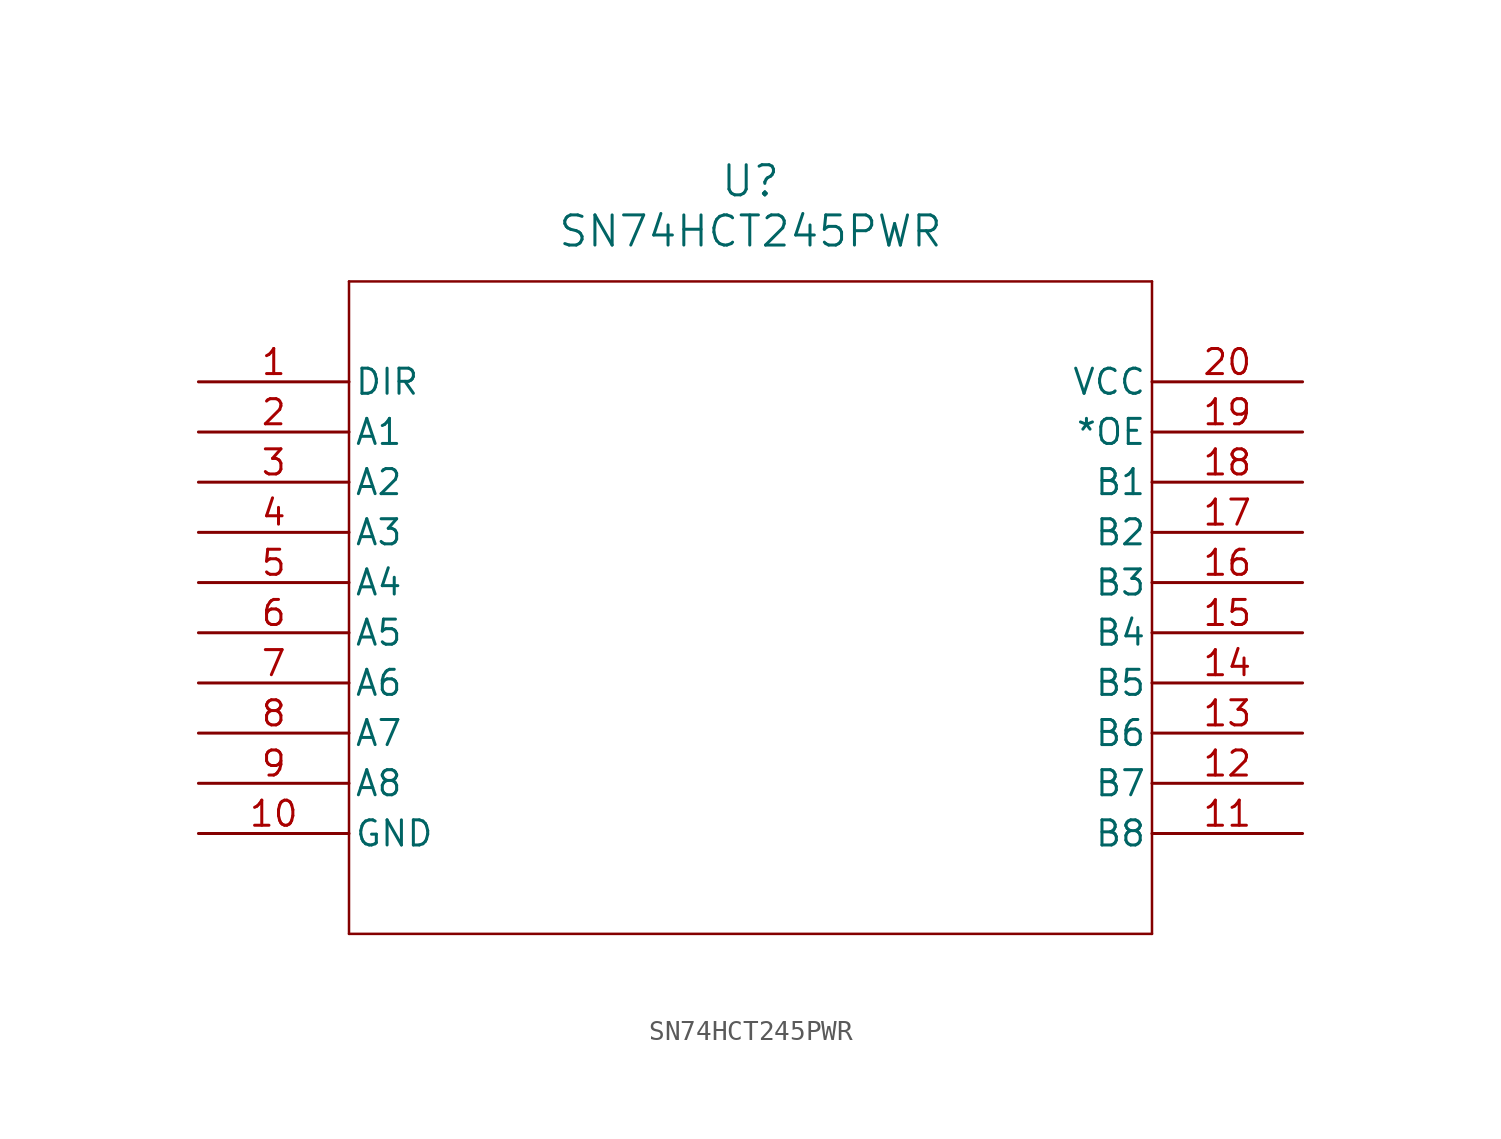
<source format=kicad_sym>
(kicad_symbol_lib
  (version 20211014)
  (generator kicad_symbol_editor)
  (symbol "SN74HCT245PWR"
    (pin_names
      (offset 0.254))
    (property "Reference" "U"
      (at 27.94 10.16 0)
      (effects (font (size 1.524 1.524))))
    (property "Value" "SN74HCT245PWR"
      (at 27.94 7.62 0)
      (effects (font (size 1.524 1.524))))
    (symbol "SN74HCT245PWR_0_1"
      (polyline (pts (xy 7.62 5.08) (xy 7.62 -27.94)) (stroke (width 0.127) (type default) (color 0 0 0 0)) (fill (type none)))
      (polyline (pts (xy 7.62 -27.94) (xy 48.26 -27.94)) (stroke (width 0.127) (type default) (color 0 0 0 0)) (fill (type none)))
      (polyline (pts (xy 48.26 -27.94) (xy 48.26 5.08)) (stroke (width 0.127) (type default) (color 0 0 0 0)) (fill (type none)))
      (polyline (pts (xy 48.26 5.08) (xy 7.62 5.08)) (stroke (width 0.127) (type default) (color 0 0 0 0)) (fill (type none)))
      (pin input line (at 0 0 0) (length 7.62) (name "DIR" (effects (font (size 1.27 1.27)))) (number "1" (effects (font (size 1.27 1.27)))))
      (pin bidirectional line (at 0 -2.54 0) (length 7.62) (name "A1" (effects (font (size 1.27 1.27)))) (number "2" (effects (font (size 1.27 1.27)))))
      (pin bidirectional line (at 0 -5.08 0) (length 7.62) (name "A2" (effects (font (size 1.27 1.27)))) (number "3" (effects (font (size 1.27 1.27)))))
      (pin bidirectional line (at 0 -7.62 0) (length 7.62) (name "A3" (effects (font (size 1.27 1.27)))) (number "4" (effects (font (size 1.27 1.27)))))
      (pin bidirectional line (at 0 -10.16 0) (length 7.62) (name "A4" (effects (font (size 1.27 1.27)))) (number "5" (effects (font (size 1.27 1.27)))))
      (pin bidirectional line (at 0 -12.7 0) (length 7.62) (name "A5" (effects (font (size 1.27 1.27)))) (number "6" (effects (font (size 1.27 1.27)))))
      (pin bidirectional line (at 0 -15.24 0) (length 7.62) (name "A6" (effects (font (size 1.27 1.27)))) (number "7" (effects (font (size 1.27 1.27)))))
      (pin bidirectional line (at 0 -17.78 0) (length 7.62) (name "A7" (effects (font (size 1.27 1.27)))) (number "8" (effects (font (size 1.27 1.27)))))
      (pin bidirectional line (at 0 -20.32 0) (length 7.62) (name "A8" (effects (font (size 1.27 1.27)))) (number "9" (effects (font (size 1.27 1.27)))))
      (pin power_in line (at 0 -22.86 0) (length 7.62) (name "GND" (effects (font (size 1.27 1.27)))) (number "10" (effects (font (size 1.27 1.27)))))
      (pin bidirectional line (at 55.88 -22.86 180) (length 7.62) (name "B8" (effects (font (size 1.27 1.27)))) (number "11" (effects (font (size 1.27 1.27)))))
      (pin bidirectional line (at 55.88 -20.32 180) (length 7.62) (name "B7" (effects (font (size 1.27 1.27)))) (number "12" (effects (font (size 1.27 1.27)))))
      (pin bidirectional line (at 55.88 -17.78 180) (length 7.62) (name "B6" (effects (font (size 1.27 1.27)))) (number "13" (effects (font (size 1.27 1.27)))))
      (pin bidirectional line (at 55.88 -15.24 180) (length 7.62) (name "B5" (effects (font (size 1.27 1.27)))) (number "14" (effects (font (size 1.27 1.27)))))
      (pin bidirectional line (at 55.88 -12.7 180) (length 7.62) (name "B4" (effects (font (size 1.27 1.27)))) (number "15" (effects (font (size 1.27 1.27)))))
      (pin bidirectional line (at 55.88 -10.16 180) (length 7.62) (name "B3" (effects (font (size 1.27 1.27)))) (number "16" (effects (font (size 1.27 1.27)))))
      (pin bidirectional line (at 55.88 -7.62 180) (length 7.62) (name "B2" (effects (font (size 1.27 1.27)))) (number "17" (effects (font (size 1.27 1.27)))))
      (pin bidirectional line (at 55.88 -5.08 180) (length 7.62) (name "B1" (effects (font (size 1.27 1.27)))) (number "18" (effects (font (size 1.27 1.27)))))
      (pin input line (at 55.88 -2.54 180) (length 7.62) (name "*OE" (effects (font (size 1.27 1.27)))) (number "19" (effects (font (size 1.27 1.27)))))
      (pin power_in line (at 55.88 0 180) (length 7.62) (name "VCC" (effects (font (size 1.27 1.27)))) (number "20" (effects (font (size 1.27 1.27))))))))
</source>
